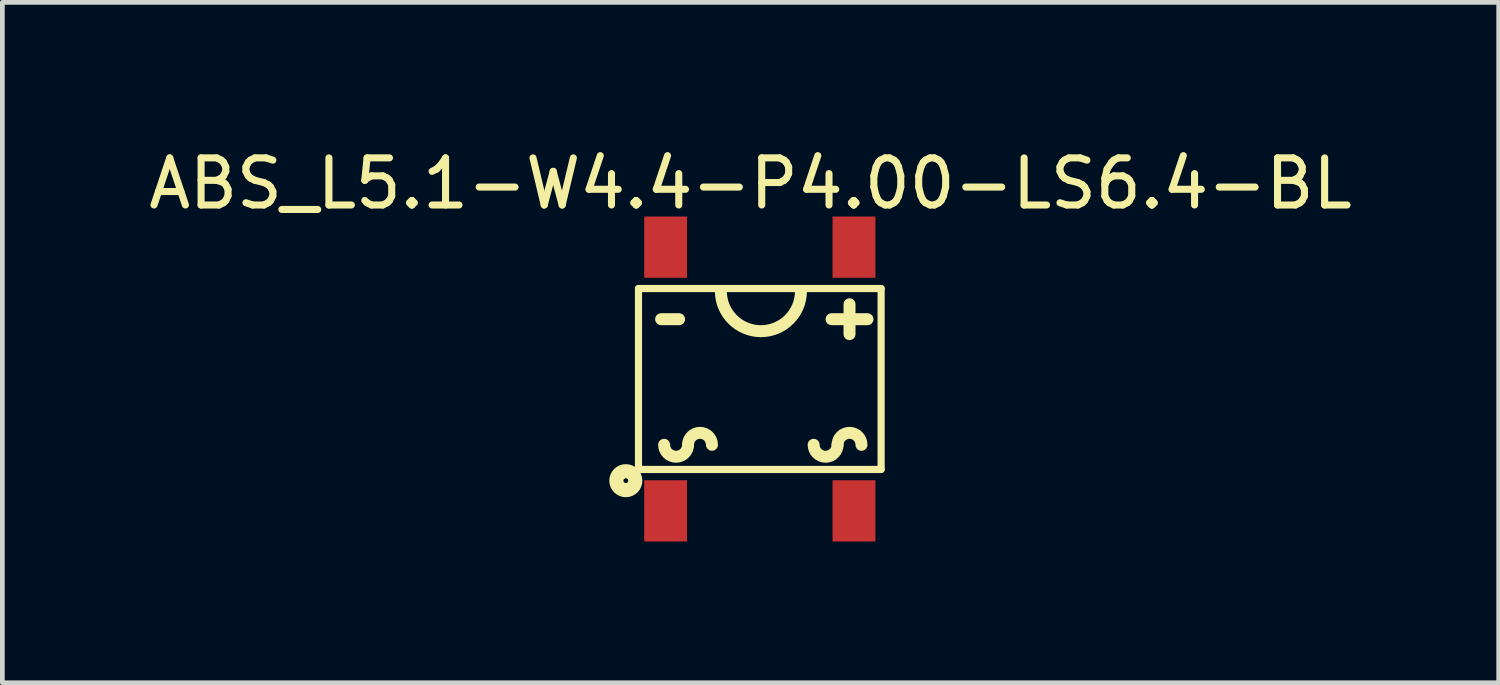
<source format=kicad_pcb>
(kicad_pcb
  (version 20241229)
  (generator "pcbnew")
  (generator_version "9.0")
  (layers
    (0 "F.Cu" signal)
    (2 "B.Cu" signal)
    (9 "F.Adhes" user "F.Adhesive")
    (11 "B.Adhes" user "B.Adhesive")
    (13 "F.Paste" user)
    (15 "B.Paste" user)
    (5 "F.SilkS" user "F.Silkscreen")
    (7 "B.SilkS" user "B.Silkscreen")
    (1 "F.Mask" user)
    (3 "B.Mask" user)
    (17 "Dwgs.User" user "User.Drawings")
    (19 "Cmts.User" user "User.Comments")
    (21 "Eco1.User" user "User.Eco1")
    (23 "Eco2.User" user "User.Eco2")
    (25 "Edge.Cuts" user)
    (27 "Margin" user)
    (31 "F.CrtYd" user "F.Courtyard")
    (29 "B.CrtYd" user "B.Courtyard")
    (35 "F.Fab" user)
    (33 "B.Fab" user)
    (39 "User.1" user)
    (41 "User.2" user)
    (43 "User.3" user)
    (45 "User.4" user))
  (footprint "ABS_L5.1-W4.4-P4.00-LS6.4-BL"
    (layer "F.Cu")
    (at 13.084 4.998)
    (property "Reference" "ABS_L5.1-W4.4-P4.00-LS6.4-BL" (at -0.197 -4.15 0) (layer "F.SilkS") (effects (font (size 1 1) (thickness 0.15))))
    (fp_line (start -2.576 -1.921) (end 2.576 -1.921) (stroke (width 0.152) (type solid)) (layer "F.SilkS"))
    (fp_line (start -2.576 1.921) (end -2.576 -1.921) (stroke (width 0.152) (type solid)) (layer "F.SilkS"))
    (fp_line (start -2.576 1.921) (end 2.576 1.921) (stroke (width 0.152) (type solid)) (layer "F.SilkS"))
    (fp_line (start -2.095 -1.27) (end -1.714 -1.27) (stroke (width 0.254) (type solid)) (layer "F.SilkS"))
    (fp_line (start 1.524 -1.27) (end 2.286 -1.27) (stroke (width 0.254) (type solid)) (layer "F.SilkS"))
    (fp_line (start 1.905 -0.953) (end 1.905 -1.587) (stroke (width 0.254) (type solid)) (layer "F.SilkS"))
    (fp_line (start 2.576 1.921) (end 2.576 -1.921) (stroke (width 0.152) (type solid)) (layer "F.SilkS"))
    (fp_arc (start -1.524 1.397) (mid -1.778 1.651) (end -2.032 1.397) (stroke (width 0.254) (type solid)) (layer "F.SilkS"))
    (fp_arc (start -1.524 1.397) (mid -1.27 1.143) (end -1.016 1.397) (stroke (width 0.254) (type solid)) (layer "F.SilkS"))
    (fp_arc (start 0.87338 -1.86571) (mid 0.02336 -1.01569) (end -0.82666 -1.86571) (stroke (width 0.254) (type solid)) (layer "F.SilkS"))
    (fp_arc (start 1.651 1.397) (mid 1.397 1.651) (end 1.143 1.397) (stroke (width 0.254) (type solid)) (layer "F.SilkS"))
    (fp_arc (start 1.651 1.397) (mid 1.905 1.143) (end 2.159 1.397) (stroke (width 0.254) (type solid)) (layer "F.SilkS"))
    (fp_circle (center -2.845 2.159) (end -2.845 2.108) (stroke (width 0.3) (type solid)) (fill no) (layer "F.SilkS"))
    (fp_line (start -2.5 -2.2) (end 2.5 -2.2) (stroke (width 0.051) (type solid)) (layer "Eco2.User"))
    (fp_line (start -2.5 2.2) (end -2.5 -2.2) (stroke (width 0.051) (type solid)) (layer "Eco2.User"))
    (fp_line (start -2.5 2.2) (end 2.5 2.2) (stroke (width 0.051) (type solid)) (layer "Eco2.User"))
    (fp_line (start 2.5 2.2) (end 2.5 -2.2) (stroke (width 0.051) (type solid)) (layer "Eco2.User"))
    (fp_poly (pts (xy -2.325 -3.15) (xy -2.325 -2.65) (xy -1.675 -2.65) (xy -1.675 -3.15)) (stroke (width 0.1) (type default)) (fill no) (layer "Eco2.User"))
    (fp_poly (pts (xy -2.325 -2.66) (xy -2.325 -2.19) (xy -1.675 -2.19) (xy -1.675 -2.66)) (stroke (width 0.1) (type default)) (fill no) (layer "Eco2.User"))
    (fp_poly (pts (xy -2.325 2.66) (xy -2.325 2.19) (xy -1.675 2.19) (xy -1.675 2.66)) (stroke (width 0.1) (type default)) (fill no) (layer "Eco2.User"))
    (fp_poly (pts (xy -2.325 3.15) (xy -2.325 2.65) (xy -1.675 2.65) (xy -1.675 3.15)) (stroke (width 0.1) (type default)) (fill no) (layer "Eco2.User"))
    (fp_poly (pts (xy 1.675 -3.15) (xy 1.675 -2.65) (xy 2.325 -2.65) (xy 2.325 -3.15)) (stroke (width 0.1) (type default)) (fill no) (layer "Eco2.User"))
    (fp_poly (pts (xy 1.675 -2.66) (xy 1.675 -2.19) (xy 2.325 -2.19) (xy 2.325 -2.66)) (stroke (width 0.1) (type default)) (fill no) (layer "Eco2.User"))
    (fp_poly (pts (xy 1.675 2.66) (xy 1.675 2.19) (xy 2.325 2.19) (xy 2.325 2.66)) (stroke (width 0.1) (type default)) (fill no) (layer "Eco2.User"))
    (fp_poly (pts (xy 1.675 3.15) (xy 1.675 2.65) (xy 2.325 2.65) (xy 2.325 3.15)) (stroke (width 0.1) (type default)) (fill no) (layer "Eco2.User"))
    (fp_poly (pts (xy -2.435 3.15) (xy -2.454 3.105) (xy -2.5 3.086) (xy -2.546 3.105) (xy -2.564 3.15) (xy -2.564 3.15) (xy -2.546 3.195) (xy -2.5 3.214) (xy -2.454 3.195) (xy -2.435 3.15)) (stroke (width 0.1) (type default)) (fill no) (layer "Eco2.User"))
    (fp_circle (center -2 2.9) (end -2 2.75) (stroke (width 0.3) (type solid)) (fill no) (layer "User.6"))
    (fp_poly (pts (xy -1.397 -1.397) (xy -1.397 -1.143) (xy -2.413 -1.143) (xy -2.413 -1.397)) (stroke (width 0.1) (type default)) (fill no) (layer "User.6"))
    (fp_poly (pts (xy 1.778 -1.778) (xy 2.032 -1.778) (xy 2.032 -0.762) (xy 1.778 -0.762)) (stroke (width 0.1) (type default)) (fill no) (layer "User.6"))
    (fp_poly (pts (xy 2.413 -1.397) (xy 2.413 -1.143) (xy 1.397 -1.143) (xy 1.397 -1.397)) (stroke (width 0.1) (type default)) (fill no) (layer "User.6"))
    (fp_poly (pts (xy -1.95 1.35) (xy -2.1 1.35) (xy -2.106 1.4) (xy -2.083 1.517) (xy -2.016 1.616) (xy -1.917 1.683) (xy -1.8 1.706) (xy -1.8 1.7) (xy -1.75 1.706) (xy -1.633 1.683) (xy -1.534 1.616) (xy -1.467 1.517) (xy -1.444 1.4) (xy -1.45 1.4) (xy -1.45 1.35) (xy -1.6 1.35) (xy -1.588 1.4) (xy -1.635 1.515) (xy -1.75 1.562) (xy -1.75 1.55) (xy -1.8 1.562) (xy -1.915 1.515) (xy -1.962 1.4) (xy -1.95 1.4)) (stroke (width 0.1) (type default)) (fill no) (layer "User.6"))
    (fp_poly (pts (xy -1.6 1.35) (xy -1.606 1.3) (xy -1.583 1.183) (xy -1.516 1.084) (xy -1.417 1.017) (xy -1.3 0.994) (xy -1.3 1) (xy -1.25 0.994) (xy -1.133 1.017) (xy -1.034 1.084) (xy -0.968 1.183) (xy -0.944 1.3) (xy -0.95 1.3) (xy -0.95 1.35) (xy -1.1 1.35) (xy -1.088 1.3) (xy -1.135 1.185) (xy -1.25 1.138) (xy -1.25 1.15) (xy -1.3 1.138) (xy -1.415 1.185) (xy -1.462 1.3) (xy -1.45 1.3) (xy -1.45 1.35)) (stroke (width 0.1) (type default)) (fill no) (layer "User.6"))
    (fp_poly (pts (xy 1.6 1.4) (xy 1.594 1.35) (xy 1.617 1.233) (xy 1.684 1.134) (xy 1.783 1.067) (xy 1.9 1.044) (xy 1.9 1.05) (xy 1.95 1.044) (xy 2.067 1.067) (xy 2.166 1.134) (xy 2.232 1.233) (xy 2.256 1.35) (xy 2.25 1.35) (xy 2.25 1.4) (xy 2.1 1.4) (xy 2.112 1.35) (xy 2.065 1.235) (xy 1.95 1.188) (xy 1.95 1.2) (xy 1.9 1.188) (xy 1.785 1.235) (xy 1.738 1.35) (xy 1.75 1.35) (xy 1.75 1.4)) (stroke (width 0.1) (type default)) (fill no) (layer "User.6"))
    (fp_poly (pts (xy 1.25 1.4) (xy 1.1 1.4) (xy 1.094 1.45) (xy 1.094 1.45) (xy 1.117 1.567) (xy 1.184 1.666) (xy 1.283 1.733) (xy 1.4 1.756) (xy 1.4 1.756) (xy 1.4 1.75) (xy 1.45 1.756) (xy 1.567 1.733) (xy 1.666 1.666) (xy 1.733 1.567) (xy 1.756 1.45) (xy 1.756 1.45) (xy 1.75 1.45) (xy 1.75 1.4) (xy 1.6 1.4) (xy 1.612 1.45) (xy 1.565 1.565) (xy 1.45 1.612) (xy 1.45 1.6) (xy 1.4 1.612) (xy 1.285 1.565) (xy 1.238 1.45) (xy 1.25 1.45)) (stroke (width 0.1) (type default)) (fill no) (layer "User.6"))
    (pad "1" smd rect (at -2 2.8) (size 0.91 1.3) (layers "F.Cu" "F.Mask" "F.Paste"))
    (pad "2" smd rect (at 2 2.8) (size 0.91 1.3) (layers "F.Cu" "F.Mask" "F.Paste"))
    (pad "3" smd rect (at 2 -2.8) (size 0.91 1.3) (layers "F.Cu" "F.Mask" "F.Paste"))
    (pad "4" smd rect (at -2 -2.8) (size 0.91 1.3) (layers "F.Cu" "F.Mask" "F.Paste")))
  (gr_rect
    (start -3 -3)
    (end 28.774 11.448)
    (stroke (width 0.1) (type default))
    (fill no)
    (layer "Edge.Cuts")))
</source>
